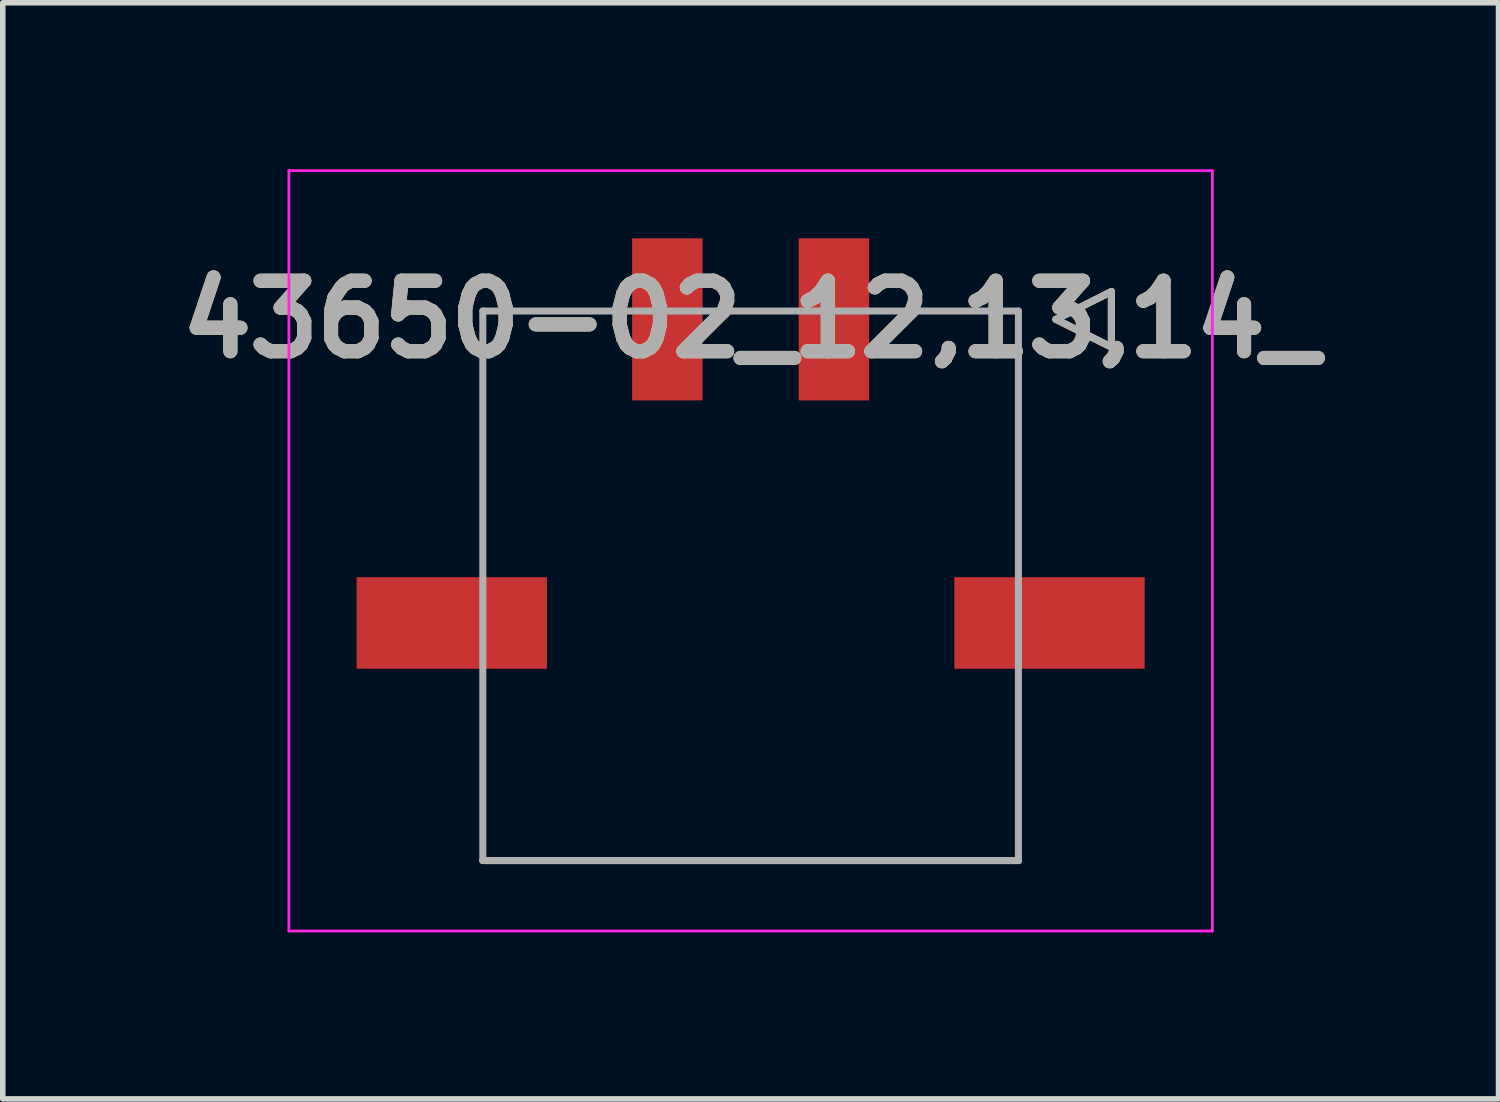
<source format=kicad_pcb>
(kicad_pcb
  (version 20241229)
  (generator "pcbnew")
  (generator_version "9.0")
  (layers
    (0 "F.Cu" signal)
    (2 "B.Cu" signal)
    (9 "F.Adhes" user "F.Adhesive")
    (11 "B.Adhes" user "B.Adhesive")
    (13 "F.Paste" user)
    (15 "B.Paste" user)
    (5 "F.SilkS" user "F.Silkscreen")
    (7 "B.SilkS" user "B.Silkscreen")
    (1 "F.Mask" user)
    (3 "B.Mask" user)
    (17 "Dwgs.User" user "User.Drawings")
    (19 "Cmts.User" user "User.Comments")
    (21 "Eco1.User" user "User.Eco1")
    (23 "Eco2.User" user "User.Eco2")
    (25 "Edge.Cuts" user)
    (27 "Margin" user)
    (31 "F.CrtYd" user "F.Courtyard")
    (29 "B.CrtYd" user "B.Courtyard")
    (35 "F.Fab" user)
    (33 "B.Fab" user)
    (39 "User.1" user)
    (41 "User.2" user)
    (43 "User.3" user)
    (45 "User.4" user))
  (footprint "43650-02_12,13,14_"
    (layer "F.Cu")
    (at 10.474 2.704)
    (property "Reference" "43650-02_12,13,14_" (at 0 0 0) (layer "F.SilkS") (effects (font (size 1.27 1.27) (thickness 0.254))))
    (attr smd)
    (fp_line (start 4.825 9.75) (end -4.825 9.75) (stroke (width 0.127) (type solid)) (layer "F.SilkS"))
    (fp_line (start 5.5 0) (end 6.5 -0.5) (stroke (width 0.127) (type solid)) (layer "F.SilkS"))
    (fp_line (start 6.5 -0.5) (end 6.5 0.5) (stroke (width 0.127) (type solid)) (layer "F.SilkS"))
    (fp_line (start 6.5 0.5) (end 5.5 0) (stroke (width 0.127) (type solid)) (layer "F.SilkS"))
    (fp_line (start -8.319 -2.679) (end 8.319 -2.679) (stroke (width 0.05) (type solid)) (layer "F.CrtYd"))
    (fp_line (start -8.319 11.02) (end -8.319 -2.679) (stroke (width 0.05) (type solid)) (layer "F.CrtYd"))
    (fp_line (start 8.319 -2.679) (end 8.319 11.02) (stroke (width 0.05) (type solid)) (layer "F.CrtYd"))
    (fp_line (start 8.319 11.02) (end -8.319 11.02) (stroke (width 0.05) (type solid)) (layer "F.CrtYd"))
    (fp_line (start -4.825 -0.15) (end 4.825 -0.15) (stroke (width 0.127) (type solid)) (layer "F.Fab"))
    (fp_line (start -4.825 9.75) (end -4.825 -0.15) (stroke (width 0.127) (type solid)) (layer "F.Fab"))
    (fp_line (start 4.825 -0.15) (end 4.825 9.75) (stroke (width 0.127) (type solid)) (layer "F.Fab"))
    (fp_line (start 4.825 9.75) (end -4.825 9.75) (stroke (width 0.127) (type solid)) (layer "F.Fab"))
    (fp_line (start 5.5 0) (end 6.5 -0.5) (stroke (width 0.127) (type solid)) (layer "F.Fab"))
    (fp_line (start 6.5 -0.5) (end 6.5 0.5) (stroke (width 0.127) (type solid)) (layer "F.Fab"))
    (fp_line (start 6.5 0.5) (end 5.5 0) (stroke (width 0.127) (type solid)) (layer "F.Fab"))
    (fp_text user "${REFERENCE}" (at 0 0 0) (layer "F.Fab") (effects (font (size 1.27 1.27) (thickness 0.254))))
    (pad "1" smd rect (at 1.5 0) (size 1.27 2.92) (layers "F.Cu" "F.Mask" "F.Paste"))
    (pad "2" smd rect (at -1.5 0) (size 1.27 2.92) (layers "F.Cu" "F.Mask" "F.Paste"))
    (pad "3" smd rect (at 5.385 5.47 90) (size 1.65 3.43) (layers "F.Cu" "F.Mask" "F.Paste"))
    (pad "4" smd rect (at -5.385 5.47 90) (size 1.65 3.43) (layers "F.Cu" "F.Mask" "F.Paste")))
  (gr_rect
    (start -3 -3)
    (end 23.949 16.749)
    (stroke (width 0.1) (type default))
    (fill no)
    (layer "Edge.Cuts")))
</source>
